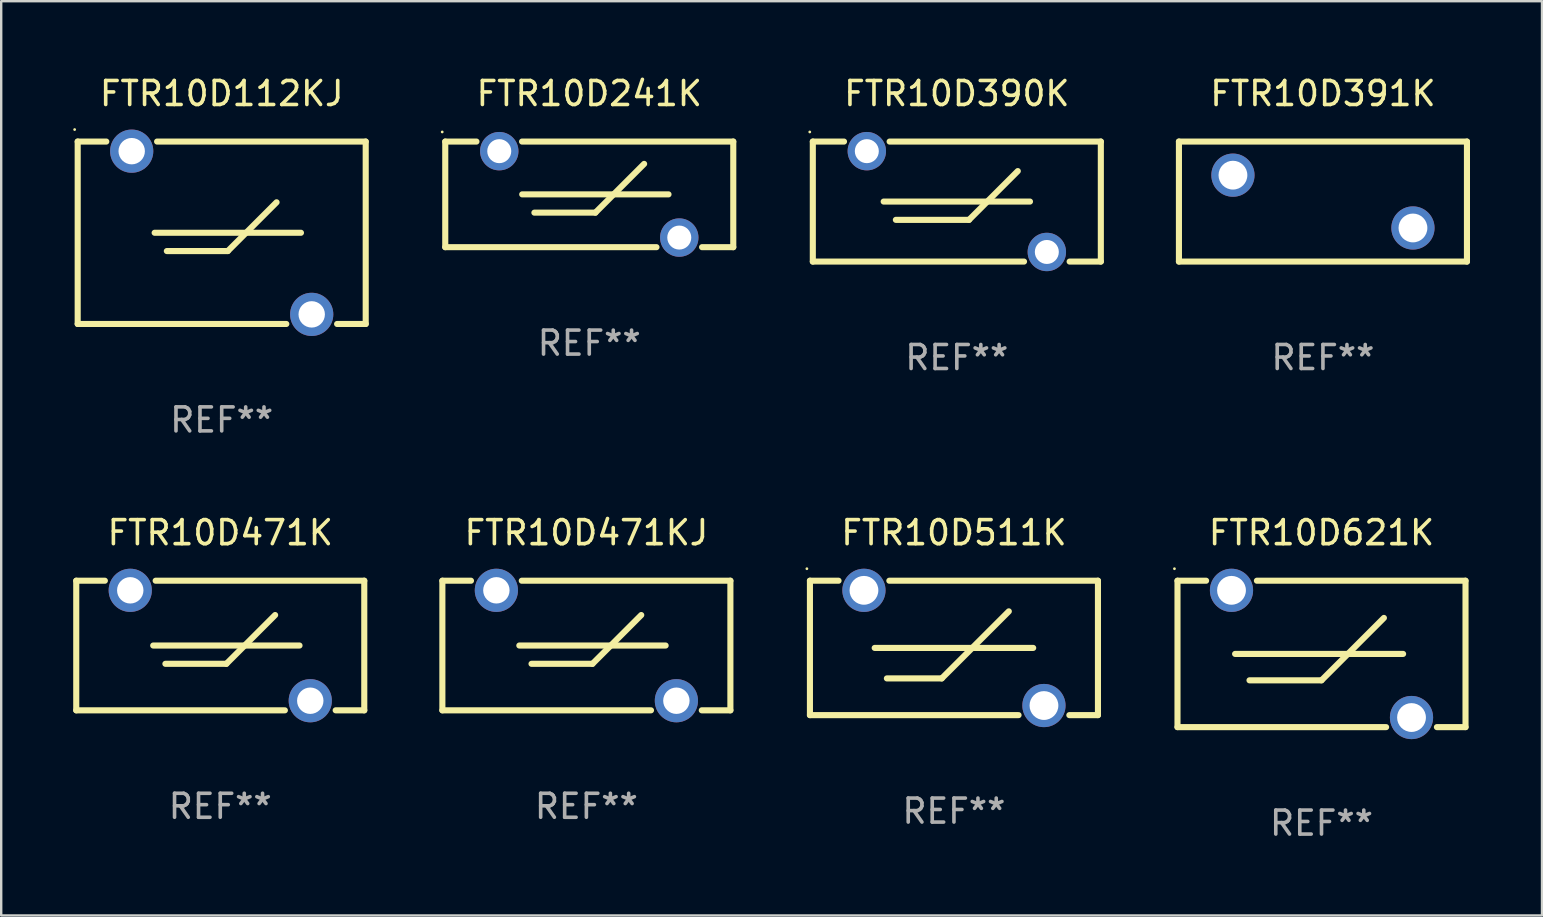
<source format=kicad_pcb>
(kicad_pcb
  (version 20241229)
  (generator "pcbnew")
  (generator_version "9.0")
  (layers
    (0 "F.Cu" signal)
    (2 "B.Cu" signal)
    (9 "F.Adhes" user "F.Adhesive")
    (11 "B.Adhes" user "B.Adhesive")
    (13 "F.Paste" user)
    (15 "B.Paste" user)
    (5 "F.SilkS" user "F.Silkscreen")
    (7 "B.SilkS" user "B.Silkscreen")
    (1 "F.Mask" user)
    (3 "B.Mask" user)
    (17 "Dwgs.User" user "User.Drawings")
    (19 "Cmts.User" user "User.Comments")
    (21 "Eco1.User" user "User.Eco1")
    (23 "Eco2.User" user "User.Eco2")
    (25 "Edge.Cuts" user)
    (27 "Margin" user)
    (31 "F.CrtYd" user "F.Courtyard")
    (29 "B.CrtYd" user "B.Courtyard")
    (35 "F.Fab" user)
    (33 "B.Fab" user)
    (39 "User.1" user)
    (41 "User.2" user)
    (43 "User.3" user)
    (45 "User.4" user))
  (footprint "FTR10D391K"
    (layer "F.Cu")
    (at 52.069 5.348)
    (property "Reference" "FTR10D391K" (at 0 -4.5 0) (layer "F.SilkS") (effects (font (size 1 1) (thickness 0.15))))
    (attr through_hole)
    (fp_line (start -6 -2.5) (end 6 -2.5) (stroke (width 0.254) (type solid)) (layer "F.SilkS"))
    (fp_line (start -6 2.5) (end -6 -2.5) (stroke (width 0.254) (type solid)) (layer "F.SilkS"))
    (fp_line (start 6 -2.5) (end 6 2.5) (stroke (width 0.254) (type solid)) (layer "F.SilkS"))
    (fp_line (start 6 2.5) (end -6 2.5) (stroke (width 0.254) (type solid)) (layer "F.SilkS"))
    (fp_circle (center -6 -2.5) (end -5.97 -2.5) (stroke (width 0.06) (type solid)) (fill no) (layer "F.SilkS"))
    (fp_text user "REF**" (at 0 6.5 0) (layer "F.Fab") (effects (font (size 1 1) (thickness 0.15))))
    (pad "1" thru_hole circle (at -3.75 -1.1) (size 1.8 1.8) (drill 1.2) (layers "*.Cu" "*.Mask"))
    (pad "2" thru_hole circle (at 3.75 1.1) (size 1.8 1.8) (drill 1.2) (layers "*.Cu" "*.Mask")))
  (footprint "FTR10D511K"
    (layer "F.Cu")
    (at 36.695 23.945)
    (property "Reference" "FTR10D511K" (at 0 -4.8 0) (layer "F.SilkS") (effects (font (size 1 1) (thickness 0.15))))
    (attr through_hole)
    (fp_line (start -6 -2.8) (end -4.808 -2.8) (stroke (width 0.254) (type solid)) (layer "F.SilkS"))
    (fp_line (start -6 2.8) (end -6 -2.8) (stroke (width 0.254) (type solid)) (layer "F.SilkS"))
    (fp_line (start -6 2.8) (end 2.692 2.8) (stroke (width 0.254) (type solid)) (layer "F.SilkS"))
    (fp_line (start -3.302 0) (end 3.302 0) (stroke (width 0.254) (type solid)) (layer "F.SilkS"))
    (fp_line (start -2.794 1.27) (end -0.508 1.27) (stroke (width 0.254) (type solid)) (layer "F.SilkS"))
    (fp_line (start -2.692 -2.8) (end 6 -2.8) (stroke (width 0.254) (type solid)) (layer "F.SilkS"))
    (fp_line (start -0.508 1.27) (end 2.286 -1.524) (stroke (width 0.254) (type solid)) (layer "F.SilkS"))
    (fp_line (start 4.808 2.8) (end 6 2.8) (stroke (width 0.254) (type solid)) (layer "F.SilkS"))
    (fp_line (start 6 -2.8) (end 6 2.8) (stroke (width 0.254) (type solid)) (layer "F.SilkS"))
    (fp_circle (center -6.127 -3.3) (end -6.097 -3.3) (stroke (width 0.06) (type solid)) (fill no) (layer "F.SilkS"))
    (fp_text user "REF**" (at 0 6.8 0) (layer "F.Fab") (effects (font (size 1 1) (thickness 0.15))))
    (pad "1" thru_hole circle (at -3.75 -2.4) (size 1.8 1.8) (drill 1.2) (layers "*.Cu" "*.Mask"))
    (pad "2" thru_hole circle (at 3.75 2.4) (size 1.8 1.8) (drill 1.2) (layers "*.Cu" "*.Mask")))
  (footprint "FTR10D112KJ"
    (layer "F.Cu")
    (at 6.187 6.648)
    (property "Reference" "FTR10D112KJ" (at 0 -5.8 0) (layer "F.SilkS") (effects (font (size 1 1) (thickness 0.15))))
    (attr through_hole)
    (fp_line (start -6 -3.8) (end -4.808 -3.8) (stroke (width 0.254) (type solid)) (layer "F.SilkS"))
    (fp_line (start -6 3.8) (end -6 -3.8) (stroke (width 0.254) (type solid)) (layer "F.SilkS"))
    (fp_line (start -6 3.8) (end 2.692 3.8) (stroke (width 0.254) (type solid)) (layer "F.SilkS"))
    (fp_line (start -2.794 0) (end 3.302 0) (stroke (width 0.254) (type solid)) (layer "F.SilkS"))
    (fp_line (start -2.692 -3.8) (end 6 -3.8) (stroke (width 0.254) (type solid)) (layer "F.SilkS"))
    (fp_line (start -2.286 0.762) (end 0.254 0.762) (stroke (width 0.254) (type solid)) (layer "F.SilkS"))
    (fp_line (start 0.254 0.762) (end 2.286 -1.27) (stroke (width 0.254) (type solid)) (layer "F.SilkS"))
    (fp_line (start 4.808 3.8) (end 6 3.8) (stroke (width 0.254) (type solid)) (layer "F.SilkS"))
    (fp_line (start 6 3.8) (end 6 -3.8) (stroke (width 0.254) (type solid)) (layer "F.SilkS"))
    (fp_circle (center -6.127 -4.3) (end -6.097 -4.3) (stroke (width 0.06) (type solid)) (fill no) (layer "F.SilkS"))
    (fp_text user "REF**" (at 0 7.8 0) (layer "F.Fab") (effects (font (size 1 1) (thickness 0.15))))
    (pad "1" thru_hole circle (at -3.75 -3.4) (size 1.8 1.8) (drill 1.1) (layers "*.Cu" "*.Mask"))
    (pad "2" thru_hole circle (at 3.75 3.4) (size 1.8 1.8) (drill 1.1) (layers "*.Cu" "*.Mask")))
  (footprint "FTR10D471KJ"
    (layer "F.Cu")
    (at 21.381 23.845)
    (property "Reference" "FTR10D471KJ" (at 0 -4.7 0) (layer "F.SilkS") (effects (font (size 1 1) (thickness 0.15))))
    (attr through_hole)
    (fp_line (start -6 -2.7) (end -4.808 -2.7) (stroke (width 0.254) (type solid)) (layer "F.SilkS"))
    (fp_line (start -6 2.7) (end -6 -2.7) (stroke (width 0.254) (type solid)) (layer "F.SilkS"))
    (fp_line (start -6 2.7) (end 2.692 2.7) (stroke (width 0.254) (type solid)) (layer "F.SilkS"))
    (fp_line (start -2.794 0) (end 3.302 0) (stroke (width 0.254) (type solid)) (layer "F.SilkS"))
    (fp_line (start -2.692 -2.7) (end 6 -2.7) (stroke (width 0.254) (type solid)) (layer "F.SilkS"))
    (fp_line (start -2.286 0.762) (end 0.254 0.762) (stroke (width 0.254) (type solid)) (layer "F.SilkS"))
    (fp_line (start 0.254 0.762) (end 2.286 -1.27) (stroke (width 0.254) (type solid)) (layer "F.SilkS"))
    (fp_line (start 4.808 2.7) (end 6 2.7) (stroke (width 0.254) (type solid)) (layer "F.SilkS"))
    (fp_line (start 6 -2.7) (end 6 2.7) (stroke (width 0.254) (type solid)) (layer "F.SilkS"))
    (fp_circle (center -6 -2.7) (end -5.97 -2.7) (stroke (width 0.06) (type solid)) (fill no) (layer "F.SilkS"))
    (fp_text user "REF**" (at 0 6.7 0) (layer "F.Fab") (effects (font (size 1 1) (thickness 0.15))))
    (pad "1" thru_hole circle (at -3.75 -2.3) (size 1.8 1.8) (drill 1.1) (layers "*.Cu" "*.Mask"))
    (pad "2" thru_hole circle (at 3.75 2.3) (size 1.8 1.8) (drill 1.1) (layers "*.Cu" "*.Mask")))
  (footprint "FTR10D241K"
    (layer "F.Cu")
    (at 21.501 5.048)
    (property "Reference" "FTR10D241K" (at 0 -4.2 0) (layer "F.SilkS") (effects (font (size 1 1) (thickness 0.15))))
    (attr through_hole)
    (fp_line (start -6 -2.2) (end -6 2.2) (stroke (width 0.254) (type solid)) (layer "F.SilkS"))
    (fp_line (start -6 -2.2) (end -4.7 -2.2) (stroke (width 0.254) (type solid)) (layer "F.SilkS"))
    (fp_line (start -6 2.2) (end 2.8 2.2) (stroke (width 0.254) (type solid)) (layer "F.SilkS"))
    (fp_line (start -2.8 -2.2) (end 6 -2.2) (stroke (width 0.254) (type solid)) (layer "F.SilkS"))
    (fp_line (start -2.794 0) (end 3.302 0) (stroke (width 0.254) (type solid)) (layer "F.SilkS"))
    (fp_line (start -2.286 0.762) (end 0.254 0.762) (stroke (width 0.254) (type solid)) (layer "F.SilkS"))
    (fp_line (start 0.254 0.762) (end 2.286 -1.27) (stroke (width 0.254) (type solid)) (layer "F.SilkS"))
    (fp_line (start 4.7 2.2) (end 6 2.2) (stroke (width 0.254) (type solid)) (layer "F.SilkS"))
    (fp_line (start 6 -2.2) (end 6 2.2) (stroke (width 0.254) (type solid)) (layer "F.SilkS"))
    (fp_circle (center -6.127 -2.6) (end -6.097 -2.6) (stroke (width 0.06) (type solid)) (fill no) (layer "F.SilkS"))
    (fp_text user "REF**" (at 0 6.2 0) (layer "F.Fab") (effects (font (size 1 1) (thickness 0.15))))
    (pad "1" thru_hole circle (at -3.75 -1.8) (size 1.6 1.6) (drill 1) (layers "*.Cu" "*.Mask"))
    (pad "2" thru_hole circle (at 3.75 1.8) (size 1.6 1.6) (drill 1) (layers "*.Cu" "*.Mask")))
  (footprint "FTR10D390K"
    (layer "F.Cu")
    (at 36.815 5.348)
    (property "Reference" "FTR10D390K" (at 0 -4.5 0) (layer "F.SilkS") (effects (font (size 1 1) (thickness 0.15))))
    (attr through_hole)
    (fp_line (start -6 -2.5) (end -4.7 -2.5) (stroke (width 0.254) (type solid)) (layer "F.SilkS"))
    (fp_line (start -6 2.5) (end -6 -2.5) (stroke (width 0.254) (type solid)) (layer "F.SilkS"))
    (fp_line (start -6 2.5) (end 2.8 2.5) (stroke (width 0.254) (type solid)) (layer "F.SilkS"))
    (fp_line (start -3.048 0) (end 3.048 0) (stroke (width 0.254) (type solid)) (layer "F.SilkS"))
    (fp_line (start -2.8 -2.5) (end 6 -2.5) (stroke (width 0.254) (type solid)) (layer "F.SilkS"))
    (fp_line (start -2.54 0.762) (end 0.508 0.762) (stroke (width 0.254) (type solid)) (layer "F.SilkS"))
    (fp_line (start 0.508 0.762) (end 2.54 -1.27) (stroke (width 0.254) (type solid)) (layer "F.SilkS"))
    (fp_line (start 4.7 2.5) (end 6 2.5) (stroke (width 0.254) (type solid)) (layer "F.SilkS"))
    (fp_line (start 6 -2.5) (end 6 2.5) (stroke (width 0.254) (type solid)) (layer "F.SilkS"))
    (fp_circle (center -6.127 -2.9) (end -6.097 -2.9) (stroke (width 0.06) (type solid)) (fill no) (layer "F.SilkS"))
    (fp_text user "REF**" (at 0 6.5 0) (layer "F.Fab") (effects (font (size 1 1) (thickness 0.15))))
    (pad "1" thru_hole circle (at -3.75 -2.1) (size 1.6 1.6) (drill 1) (layers "*.Cu" "*.Mask"))
    (pad "2" thru_hole circle (at 3.75 2.1) (size 1.6 1.6) (drill 1) (layers "*.Cu" "*.Mask")))
  (footprint "FTR10D471K"
    (layer "F.Cu")
    (at 6.127 23.845)
    (property "Reference" "FTR10D471K" (at 0 -4.7 0) (layer "F.SilkS") (effects (font (size 1 1) (thickness 0.15))))
    (attr through_hole)
    (fp_line (start -6 -2.7) (end -4.808 -2.7) (stroke (width 0.254) (type solid)) (layer "F.SilkS"))
    (fp_line (start -6 2.7) (end -6 -2.7) (stroke (width 0.254) (type solid)) (layer "F.SilkS"))
    (fp_line (start -6 2.7) (end 2.692 2.7) (stroke (width 0.254) (type solid)) (layer "F.SilkS"))
    (fp_line (start -2.794 0) (end 3.302 0) (stroke (width 0.254) (type solid)) (layer "F.SilkS"))
    (fp_line (start -2.692 -2.7) (end 6 -2.7) (stroke (width 0.254) (type solid)) (layer "F.SilkS"))
    (fp_line (start -2.286 0.762) (end 0.254 0.762) (stroke (width 0.254) (type solid)) (layer "F.SilkS"))
    (fp_line (start 0.254 0.762) (end 2.286 -1.27) (stroke (width 0.254) (type solid)) (layer "F.SilkS"))
    (fp_line (start 4.808 2.7) (end 6 2.7) (stroke (width 0.254) (type solid)) (layer "F.SilkS"))
    (fp_line (start 6 -2.7) (end 6 2.7) (stroke (width 0.254) (type solid)) (layer "F.SilkS"))
    (fp_circle (center -6 -2.7) (end -5.97 -2.7) (stroke (width 0.06) (type solid)) (fill no) (layer "F.SilkS"))
    (fp_text user "REF**" (at 0 6.7 0) (layer "F.Fab") (effects (font (size 1 1) (thickness 0.15))))
    (pad "1" thru_hole circle (at -3.75 -2.3) (size 1.8 1.8) (drill 1.1) (layers "*.Cu" "*.Mask"))
    (pad "2" thru_hole circle (at 3.75 2.3) (size 1.8 1.8) (drill 1.1) (layers "*.Cu" "*.Mask")))
  (footprint "FTR10D621K"
    (layer "F.Cu")
    (at 52.009 24.195)
    (property "Reference" "FTR10D621K" (at 0 -5.05 0) (layer "F.SilkS") (effects (font (size 1 1) (thickness 0.15))))
    (attr through_hole)
    (fp_line (start -6 -3.05) (end -6 3.05) (stroke (width 0.254) (type solid)) (layer "F.SilkS"))
    (fp_line (start -6 -3.05) (end -4.808 -3.05) (stroke (width 0.254) (type solid)) (layer "F.SilkS"))
    (fp_line (start -6 3.05) (end 2.692 3.05) (stroke (width 0.254) (type solid)) (layer "F.SilkS"))
    (fp_line (start -3.6 -0.000013) (end 3.4 -0.000013) (stroke (width 0.254) (type solid)) (layer "F.SilkS"))
    (fp_line (start -3 1.1) (end 0 1.1) (stroke (width 0.254) (type solid)) (layer "F.SilkS"))
    (fp_line (start -2.692 -3.05) (end 6 -3.05) (stroke (width 0.254) (type solid)) (layer "F.SilkS"))
    (fp_line (start 0 1.1) (end 2.6 -1.5) (stroke (width 0.254) (type solid)) (layer "F.SilkS"))
    (fp_line (start 4.808 3.05) (end 6 3.05) (stroke (width 0.254) (type solid)) (layer "F.SilkS"))
    (fp_line (start 6 -3.05) (end 6 3.05) (stroke (width 0.254) (type solid)) (layer "F.SilkS"))
    (fp_circle (center -6.127 -3.55) (end -6.097 -3.55) (stroke (width 0.06) (type solid)) (fill no) (layer "F.SilkS"))
    (fp_text user "REF**" (at 0 7.05 0) (layer "F.Fab") (effects (font (size 1 1) (thickness 0.15))))
    (pad "1" thru_hole circle (at -3.75 -2.65) (size 1.8 1.8) (drill 1.2) (layers "*.Cu" "*.Mask"))
    (pad "2" thru_hole circle (at 3.75 2.65) (size 1.8 1.8) (drill 1.2) (layers "*.Cu" "*.Mask")))
  (gr_rect
    (start -3 -3)
    (end 61.196 35.093)
    (stroke (width 0.1) (type default))
    (fill no)
    (layer "Edge.Cuts")))
</source>
